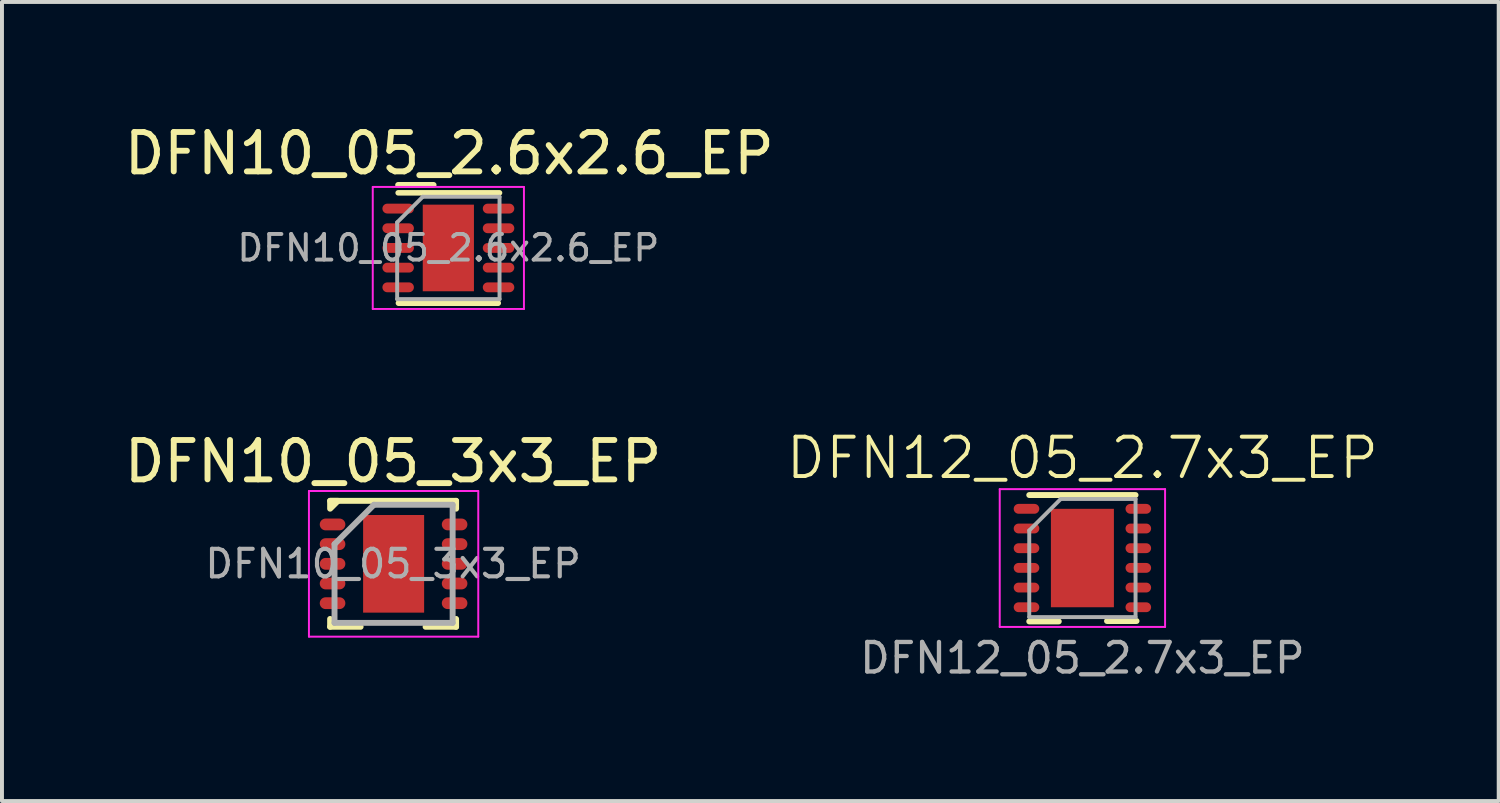
<source format=kicad_pcb>
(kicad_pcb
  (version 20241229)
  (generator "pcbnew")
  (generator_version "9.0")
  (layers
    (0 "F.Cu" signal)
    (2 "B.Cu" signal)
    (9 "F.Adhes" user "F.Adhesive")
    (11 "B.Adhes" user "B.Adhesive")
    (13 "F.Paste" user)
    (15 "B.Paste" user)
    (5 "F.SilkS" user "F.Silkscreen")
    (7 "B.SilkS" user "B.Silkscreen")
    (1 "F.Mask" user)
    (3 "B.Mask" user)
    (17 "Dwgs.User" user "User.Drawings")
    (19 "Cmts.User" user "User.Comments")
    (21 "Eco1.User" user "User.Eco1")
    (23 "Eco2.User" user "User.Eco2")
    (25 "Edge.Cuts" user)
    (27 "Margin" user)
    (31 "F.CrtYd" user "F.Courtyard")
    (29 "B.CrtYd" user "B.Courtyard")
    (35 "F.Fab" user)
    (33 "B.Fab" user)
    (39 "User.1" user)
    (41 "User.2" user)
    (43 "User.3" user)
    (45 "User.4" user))
  (footprint "DFN10_05_2.6x2.6_EP"
    (layer "F.Cu")
    (at 8.363 3.248)
    (property "Reference" "DFN10_05_2.6x2.6_EP" (at 0 -2.4 0) (unlocked yes) (layer "F.SilkS") (effects (font (size 1 1) (thickness 0.15))))
    (attr smd)
    (fp_line (start -1.3 -1.4) (end 1.275 -1.4) (stroke (width 0.14) (type solid)) (layer "F.SilkS"))
    (fp_line (start -1.288 1.4) (end 1.238 1.4) (stroke (width 0.15) (type solid)) (layer "F.SilkS"))
    (fp_line (start -0.4 -1.6) (end -1.3 -1.6) (stroke (width 0.15) (type solid)) (layer "F.SilkS"))
    (fp_line (start -1.945 -1.55) (end -1.945 1.55) (stroke (width 0.05) (type solid)) (layer "F.CrtYd"))
    (fp_line (start -1.945 1.55) (end 1.895 1.55) (stroke (width 0.05) (type solid)) (layer "F.CrtYd"))
    (fp_line (start 1.895 -1.55) (end -1.945 -1.55) (stroke (width 0.05) (type solid)) (layer "F.CrtYd"))
    (fp_line (start 1.895 1.55) (end 1.895 -1.55) (stroke (width 0.05) (type solid)) (layer "F.CrtYd"))
    (fp_line (start -1.325 -0.65) (end -0.675 -1.3) (stroke (width 0.1) (type solid)) (layer "F.Fab"))
    (fp_line (start -1.325 1.3) (end -1.325 -0.65) (stroke (width 0.1) (type solid)) (layer "F.Fab"))
    (fp_line (start -0.675 -1.3) (end 1.275 -1.3) (stroke (width 0.1) (type solid)) (layer "F.Fab"))
    (fp_line (start 1.275 -1.3) (end 1.275 1.3) (stroke (width 0.1) (type solid)) (layer "F.Fab"))
    (fp_line (start 1.275 1.3) (end -1.325 1.3) (stroke (width 0.1) (type solid)) (layer "F.Fab"))
    (fp_text user "${REFERENCE}" (at -0.025 0 0) (layer "F.Fab") (effects (font (size 0.65 0.65) (thickness 0.1))))
    (pad "" smd roundrect (at -0.35 -0.55) (size 0.52 0.89) (layers "F.Paste") (roundrect_rratio 0.25))
    (pad "" smd roundrect (at -0.35 0.55) (size 0.52 0.89) (layers "F.Paste") (roundrect_rratio 0.25))
    (pad "" smd roundrect (at 0.3 -0.55) (size 0.52 0.89) (layers "F.Paste") (roundrect_rratio 0.25))
    (pad "" smd roundrect (at 0.3 0.55) (size 0.52 0.89) (layers "F.Paste") (roundrect_rratio 0.25))
    (pad "1" smd oval (at -1.3 -1) (size 0.8 0.25) (layers "F.Cu" "F.Mask" "F.Paste"))
    (pad "2" smd oval (at -1.3 -0.5) (size 0.8 0.25) (layers "F.Cu" "F.Mask" "F.Paste"))
    (pad "3" smd oval (at -1.3 0) (size 0.8 0.25) (layers "F.Cu" "F.Mask" "F.Paste"))
    (pad "4" smd oval (at -1.3 0.5) (size 0.8 0.25) (layers "F.Cu" "F.Mask" "F.Paste"))
    (pad "5" smd oval (at -1.3 1) (size 0.8 0.25) (layers "F.Cu" "F.Mask" "F.Paste"))
    (pad "6" smd oval (at 1.25 1) (size 0.8 0.25) (layers "F.Cu" "F.Mask" "F.Paste"))
    (pad "7" smd oval (at 1.25 0.5) (size 0.8 0.25) (layers "F.Cu" "F.Mask" "F.Paste"))
    (pad "8" smd oval (at 1.25 0) (size 0.8 0.25) (layers "F.Cu" "F.Mask" "F.Paste"))
    (pad "9" smd oval (at 1.25 -0.5) (size 0.8 0.25) (layers "F.Cu" "F.Mask" "F.Paste"))
    (pad "10" smd oval (at 1.25 -1) (size 0.8 0.25) (layers "F.Cu" "F.Mask" "F.Paste"))
    (pad "11" smd rect (at -0.025 0) (size 1.3 2.2) (layers "F.Cu" "F.Mask")))
  (footprint "DFN12_05_2.7x3_EP"
    (layer "F.Cu")
    (at 24.443 11.124)
    (property "Reference" "DFN12_05_2.7x3_EP" (at 0 -2.54 0) (unlocked yes) (layer "F.SilkS") (effects (font (size 1 1) (thickness 0.1))))
    (attr smd)
    (fp_line (start -1.35 -1.6) (end 1.35 -1.6) (stroke (width 0.15) (type solid)) (layer "F.SilkS"))
    (fp_line (start -1.35 1.61) (end -0.6 1.61) (stroke (width 0.15) (type solid)) (layer "F.SilkS"))
    (fp_line (start 0.625 1.6) (end 1.375 1.6) (stroke (width 0.15) (type solid)) (layer "F.SilkS"))
    (fp_line (start -2.1 -1.75) (end -2.1 1.75) (stroke (width 0.05) (type solid)) (layer "F.CrtYd"))
    (fp_line (start -2.1 1.75) (end 2.1 1.75) (stroke (width 0.05) (type solid)) (layer "F.CrtYd"))
    (fp_line (start 2.1 -1.75) (end -2.1 -1.75) (stroke (width 0.05) (type solid)) (layer "F.CrtYd"))
    (fp_line (start 2.1 1.75) (end 2.1 -1.75) (stroke (width 0.05) (type solid)) (layer "F.CrtYd"))
    (fp_line (start -1.35 -0.7) (end -1.35 1.5) (stroke (width 0.1) (type default)) (layer "F.Fab"))
    (fp_line (start -1.35 -0.7) (end -0.55 -1.5) (stroke (width 0.1) (type default)) (layer "F.Fab"))
    (fp_line (start 1.35 -1.5) (end -0.55 -1.5) (stroke (width 0.1) (type solid)) (layer "F.Fab"))
    (fp_line (start 1.35 1.5) (end -1.35 1.5) (stroke (width 0.1) (type solid)) (layer "F.Fab"))
    (fp_line (start 1.35 1.5) (end 1.35 -1.5) (stroke (width 0.1) (type default)) (layer "F.Fab"))
    (fp_text user "${REFERENCE}" (at 0 2.54 0) (layer "F.Fab") (effects (font (size 0.75 0.75) (thickness 0.11))))
    (pad "" smd roundrect (at -0.4 -0.625) (size 0.64 1.01) (layers "F.Paste") (roundrect_rratio 0.25))
    (pad "" smd roundrect (at -0.4 0.625) (size 0.64 1.01) (layers "F.Paste") (roundrect_rratio 0.25))
    (pad "" smd roundrect (at 0.4 -0.625) (size 0.64 1.01) (layers "F.Paste") (roundrect_rratio 0.25))
    (pad "" smd roundrect (at 0.4 0.625) (size 0.64 1.01) (layers "F.Paste") (roundrect_rratio 0.25))
    (pad "1" smd oval (at -1.42 -1.25) (size 0.65 0.25) (layers "F.Cu" "F.Mask" "F.Paste"))
    (pad "2" smd oval (at -1.42 -0.75) (size 0.65 0.25) (layers "F.Cu" "F.Mask" "F.Paste"))
    (pad "3" smd oval (at -1.42 -0.25) (size 0.65 0.25) (layers "F.Cu" "F.Mask" "F.Paste"))
    (pad "4" smd oval (at -1.42 0.25) (size 0.65 0.25) (layers "F.Cu" "F.Mask" "F.Paste"))
    (pad "5" smd oval (at -1.42 0.75) (size 0.65 0.25) (layers "F.Cu" "F.Mask" "F.Paste"))
    (pad "6" smd oval (at -1.42 1.25) (size 0.65 0.25) (layers "F.Cu" "F.Mask" "F.Paste"))
    (pad "7" smd oval (at 1.42 1.25) (size 0.65 0.25) (layers "F.Cu" "F.Mask" "F.Paste"))
    (pad "8" smd oval (at 1.42 0.75) (size 0.65 0.25) (layers "F.Cu" "F.Mask" "F.Paste"))
    (pad "9" smd oval (at 1.42 0.25) (size 0.65 0.25) (layers "F.Cu" "F.Mask" "F.Paste"))
    (pad "10" smd oval (at 1.42 -0.25) (size 0.65 0.25) (layers "F.Cu" "F.Mask" "F.Paste"))
    (pad "11" smd oval (at 1.42 -0.75) (size 0.65 0.25) (layers "F.Cu" "F.Mask" "F.Paste"))
    (pad "12" smd oval (at 1.42 -1.25) (size 0.65 0.25) (layers "F.Cu" "F.Mask" "F.Paste"))
    (pad "13" smd rect (at 0 0) (size 1.6 2.5) (layers "F.Cu" "F.Mask")))
  (footprint "DFN10_05_3x3_EP"
    (layer "F.Cu")
    (at 6.935 11.271)
    (property "Reference" "DFN10_05_3x3_EP" (at 0 -2.6 0) (unlocked yes) (layer "F.SilkS") (effects (font (size 1 1) (thickness 0.15))))
    (attr smd)
    (fp_line (start -1.6 -1.6) (end 1.6 -1.6) (stroke (width 0.15) (type solid)) (layer "F.SilkS"))
    (fp_line (start -1.6 1.6) (end -1.6 1.4) (stroke (width 0.15) (type default)) (layer "F.SilkS"))
    (fp_line (start -1.6 1.6) (end -0.825 1.6) (stroke (width 0.15) (type solid)) (layer "F.SilkS"))
    (fp_line (start 1.6 -1.6) (end 1.6 -1.4) (stroke (width 0.15) (type default)) (layer "F.SilkS"))
    (fp_line (start 1.6 1.6) (end 0.825 1.6) (stroke (width 0.15) (type solid)) (layer "F.SilkS"))
    (fp_line (start 1.6 1.6) (end 1.6 1.4) (stroke (width 0.15) (type default)) (layer "F.SilkS"))
    (fp_poly (pts (xy -1.4 -1.6) (xy -1.6 -1.4) (xy -1.6 -1.6)) (stroke (width 0.15) (type solid)) (fill yes) (layer "F.SilkS"))
    (fp_line (start -2.138 -1.85) (end -2.138 1.85) (stroke (width 0.05) (type solid)) (layer "F.CrtYd"))
    (fp_line (start -2.138 -1.85) (end 2.163 -1.85) (stroke (width 0.05) (type solid)) (layer "F.CrtYd"))
    (fp_line (start -2.138 1.85) (end 2.163 1.85) (stroke (width 0.05) (type solid)) (layer "F.CrtYd"))
    (fp_line (start 2.163 -1.85) (end 2.163 1.85) (stroke (width 0.05) (type solid)) (layer "F.CrtYd"))
    (fp_line (start -1.488 -0.5) (end -0.487 -1.5) (stroke (width 0.15) (type solid)) (layer "F.Fab"))
    (fp_line (start -1.488 1.5) (end -1.488 -0.5) (stroke (width 0.15) (type solid)) (layer "F.Fab"))
    (fp_line (start -0.487 -1.5) (end 1.512 -1.5) (stroke (width 0.15) (type solid)) (layer "F.Fab"))
    (fp_line (start 1.512 -1.5) (end 1.512 1.5) (stroke (width 0.15) (type solid)) (layer "F.Fab"))
    (fp_line (start 1.512 1.5) (end -1.488 1.5) (stroke (width 0.15) (type solid)) (layer "F.Fab"))
    (fp_text user "${REFERENCE}" (at 0 0 0) (layer "F.Fab") (effects (font (size 0.7 0.7) (thickness 0.105))))
    (pad "" smd rect (at -0.375 -0.62) (size 0.6 1.05) (layers "F.Paste"))
    (pad "" smd rect (at -0.375 0.62) (size 0.6 1.05) (layers "F.Paste"))
    (pad "" smd rect (at 0.4 -0.62) (size 0.6 1.05) (layers "F.Paste"))
    (pad "" smd rect (at 0.4 0.62) (size 0.6 1.05) (layers "F.Paste"))
    (pad "1" smd oval (at -1.538 -1) (size 0.65 0.3) (layers "F.Cu" "F.Mask" "F.Paste"))
    (pad "2" smd oval (at -1.538 -0.5) (size 0.65 0.3) (layers "F.Cu" "F.Mask" "F.Paste"))
    (pad "3" smd oval (at -1.538 0) (size 0.65 0.3) (layers "F.Cu" "F.Mask" "F.Paste"))
    (pad "4" smd oval (at -1.538 0.5) (size 0.65 0.3) (layers "F.Cu" "F.Mask" "F.Paste"))
    (pad "5" smd oval (at -1.538 1) (size 0.65 0.3) (layers "F.Cu" "F.Mask" "F.Paste"))
    (pad "6" smd oval (at 1.562 1) (size 0.65 0.3) (layers "F.Cu" "F.Mask" "F.Paste"))
    (pad "7" smd oval (at 1.562 0.5) (size 0.65 0.3) (layers "F.Cu" "F.Mask" "F.Paste"))
    (pad "8" smd oval (at 1.562 0) (size 0.65 0.3) (layers "F.Cu" "F.Mask" "F.Paste"))
    (pad "9" smd oval (at 1.562 -0.5) (size 0.65 0.3) (layers "F.Cu" "F.Mask" "F.Paste"))
    (pad "10" smd oval (at 1.562 -1) (size 0.65 0.3) (layers "F.Cu" "F.Mask" "F.Paste"))
    (pad "11" smd rect (at 0.013 0) (size 1.55 2.48) (layers "F.Cu" "F.Mask")))
  (gr_rect
    (start -3 -3)
    (end 35.017 17.296)
    (stroke (width 0.1) (type default))
    (fill no)
    (layer "Edge.Cuts")))
</source>
